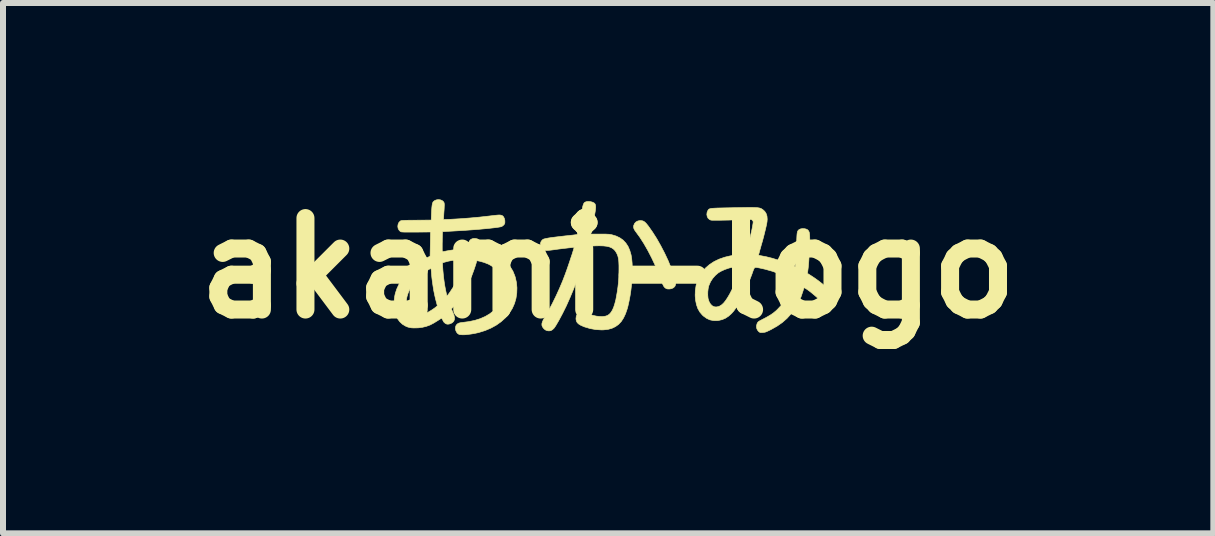
<source format=kicad_pcb>
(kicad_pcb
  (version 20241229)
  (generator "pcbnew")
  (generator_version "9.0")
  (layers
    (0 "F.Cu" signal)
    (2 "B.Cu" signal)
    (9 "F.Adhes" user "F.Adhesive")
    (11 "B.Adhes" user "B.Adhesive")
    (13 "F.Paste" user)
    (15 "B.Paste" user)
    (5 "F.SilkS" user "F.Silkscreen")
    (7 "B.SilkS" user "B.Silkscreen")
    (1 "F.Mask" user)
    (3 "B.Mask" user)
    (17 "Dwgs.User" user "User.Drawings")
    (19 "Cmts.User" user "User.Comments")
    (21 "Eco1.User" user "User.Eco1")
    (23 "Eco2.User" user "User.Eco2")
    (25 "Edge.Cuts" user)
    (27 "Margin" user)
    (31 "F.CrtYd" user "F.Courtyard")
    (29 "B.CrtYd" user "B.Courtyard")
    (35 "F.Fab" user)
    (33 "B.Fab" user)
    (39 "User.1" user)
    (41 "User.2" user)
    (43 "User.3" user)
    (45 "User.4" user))
  (footprint "akami-logo"
    (layer "F.Cu")
    (at 7.083 1.418)
    (property "Reference" "akami-logo" (at 0 0 0) (layer "F.SilkS") (effects (font (size 1.524 1.524) (thickness 0.3))))
    (attr through_hole)
    (fp_poly (pts (xy 0.547 -0.792) (xy 0.571 -0.789) (xy 0.592 -0.781) (xy 0.613 -0.766) (xy 0.635 -0.744) (xy 0.66 -0.713) (xy 0.666 -0.706) (xy 0.737 -0.605) (xy 0.808 -0.494) (xy 0.876 -0.374) (xy 0.941 -0.249) (xy 1.001 -0.121) (xy 1.054 0.009) (xy 1.101 0.136) (xy 1.105 0.149) (xy 1.119 0.2) (xy 1.125 0.241) (xy 1.123 0.275) (xy 1.112 0.302) (xy 1.092 0.323) (xy 1.077 0.332) (xy 1.052 0.342) (xy 1.022 0.347) (xy 0.994 0.347) (xy 0.972 0.342) (xy 0.947 0.327) (xy 0.926 0.302) (xy 0.908 0.266) (xy 0.904 0.255) (xy 0.849 0.108) (xy 0.79 -0.033) (xy 0.727 -0.167) (xy 0.662 -0.293) (xy 0.595 -0.41) (xy 0.527 -0.516) (xy 0.461 -0.606) (xy 0.438 -0.639) (xy 0.426 -0.667) (xy 0.423 -0.694) (xy 0.426 -0.712) (xy 0.441 -0.746) (xy 0.465 -0.771) (xy 0.497 -0.787) (xy 0.534 -0.793) (xy 0.547 -0.792)) (stroke (width 0.01) (type solid)) (fill yes) (layer "F.SilkS"))
    (fp_poly (pts (xy -0.288 -1.107) (xy -0.257 -1.098) (xy -0.233 -1.085) (xy -0.231 -1.084) (xy -0.22 -1.072) (xy -0.213 -1.057) (xy -0.209 -1.038) (xy -0.208 -1.013) (xy -0.211 -0.979) (xy -0.217 -0.936) (xy -0.22 -0.921) (xy -0.229 -0.867) (xy -0.24 -0.808) (xy -0.251 -0.748) (xy -0.263 -0.691) (xy -0.274 -0.64) (xy -0.281 -0.606) (xy -0.29 -0.568) (xy -0.14 -0.568) (xy -0.089 -0.568) (xy -0.048 -0.568) (xy -0.016 -0.566) (xy 0.01 -0.565) (xy 0.032 -0.562) (xy 0.052 -0.558) (xy 0.06 -0.557) (xy 0.133 -0.535) (xy 0.195 -0.505) (xy 0.249 -0.467) (xy 0.294 -0.419) (xy 0.331 -0.363) (xy 0.36 -0.296) (xy 0.382 -0.22) (xy 0.382 -0.22) (xy 0.392 -0.157) (xy 0.399 -0.084) (xy 0.402 -0.002) (xy 0.401 0.085) (xy 0.397 0.177) (xy 0.39 0.271) (xy 0.379 0.366) (xy 0.365 0.46) (xy 0.348 0.55) (xy 0.329 0.635) (xy 0.317 0.679) (xy 0.289 0.76) (xy 0.256 0.83) (xy 0.218 0.889) (xy 0.173 0.937) (xy 0.121 0.974) (xy 0.063 1.002) (xy -0.003 1.02) (xy -0.076 1.028) (xy -0.11 1.029) (xy -0.207 1.023) (xy -0.302 1.006) (xy -0.396 0.978) (xy -0.413 0.971) (xy -0.458 0.951) (xy -0.492 0.93) (xy -0.516 0.907) (xy -0.53 0.88) (xy -0.536 0.849) (xy -0.536 0.838) (xy -0.531 0.8) (xy -0.517 0.77) (xy -0.494 0.748) (xy -0.465 0.734) (xy -0.431 0.73) (xy -0.393 0.737) (xy -0.37 0.746) (xy -0.313 0.769) (xy -0.255 0.786) (xy -0.197 0.799) (xy -0.142 0.805) (xy -0.091 0.806) (xy -0.046 0.8) (xy -0.01 0.788) (xy -0.009 0.787) (xy 0.02 0.767) (xy 0.046 0.738) (xy 0.07 0.7) (xy 0.091 0.653) (xy 0.11 0.594) (xy 0.128 0.525) (xy 0.143 0.443) (xy 0.152 0.391) (xy 0.163 0.312) (xy 0.171 0.24) (xy 0.176 0.171) (xy 0.179 0.098) (xy 0.18 0.019) (xy 0.18 -0.042) (xy 0.178 -0.093) (xy 0.175 -0.136) (xy 0.169 -0.171) (xy 0.161 -0.203) (xy 0.15 -0.231) (xy 0.138 -0.256) (xy 0.117 -0.289) (xy 0.091 -0.316) (xy 0.059 -0.338) (xy 0.021 -0.354) (xy -0.025 -0.365) (xy -0.08 -0.371) (xy -0.146 -0.373) (xy -0.209 -0.372) (xy -0.246 -0.37) (xy -0.279 -0.368) (xy -0.305 -0.366) (xy -0.324 -0.364) (xy -0.33 -0.362) (xy -0.337 -0.353) (xy -0.346 -0.332) (xy -0.356 -0.301) (xy -0.365 -0.272) (xy -0.412 -0.113) (xy -0.464 0.044) (xy -0.518 0.198) (xy -0.576 0.348) (xy -0.636 0.491) (xy -0.697 0.628) (xy -0.76 0.755) (xy -0.823 0.873) (xy -0.874 0.96) (xy -0.901 0.999) (xy -0.928 1.025) (xy -0.956 1.041) (xy -0.986 1.045) (xy -1.013 1.042) (xy -1.039 1.033) (xy -1.061 1.018) (xy -1.078 1.001) (xy -1.095 0.977) (xy -1.104 0.952) (xy -1.104 0.924) (xy -1.095 0.893) (xy -1.078 0.855) (xy -1.058 0.82) (xy -0.995 0.711) (xy -0.932 0.593) (xy -0.871 0.469) (xy -0.813 0.342) (xy -0.759 0.215) (xy -0.718 0.108) (xy -0.706 0.075) (xy -0.691 0.034) (xy -0.675 -0.012) (xy -0.658 -0.062) (xy -0.641 -0.112) (xy -0.625 -0.162) (xy -0.609 -0.208) (xy -0.596 -0.248) (xy -0.586 -0.281) (xy -0.579 -0.303) (xy -0.566 -0.349) (xy -0.589 -0.346) (xy -0.604 -0.344) (xy -0.629 -0.341) (xy -0.66 -0.338) (xy -0.694 -0.334) (xy -0.702 -0.333) (xy -0.74 -0.329) (xy -0.786 -0.323) (xy -0.835 -0.317) (xy -0.883 -0.31) (xy -0.905 -0.307) (xy -0.959 -0.3) (xy -1.002 -0.296) (xy -1.035 -0.294) (xy -1.061 -0.296) (xy -1.08 -0.302) (xy -1.095 -0.311) (xy -1.107 -0.325) (xy -1.117 -0.342) (xy -1.118 -0.346) (xy -1.128 -0.38) (xy -1.128 -0.413) (xy -1.118 -0.444) (xy -1.099 -0.469) (xy -1.081 -0.482) (xy -1.063 -0.488) (xy -1.033 -0.495) (xy -0.991 -0.503) (xy -0.937 -0.511) (xy -0.873 -0.519) (xy -0.797 -0.528) (xy -0.711 -0.538) (xy -0.668 -0.542) (xy -0.626 -0.547) (xy -0.588 -0.551) (xy -0.557 -0.555) (xy -0.533 -0.558) (xy -0.52 -0.56) (xy -0.517 -0.561) (xy -0.514 -0.569) (xy -0.509 -0.588) (xy -0.502 -0.616) (xy -0.494 -0.651) (xy -0.486 -0.692) (xy -0.477 -0.737) (xy -0.467 -0.785) (xy -0.459 -0.833) (xy -0.45 -0.879) (xy -0.445 -0.909) (xy -0.436 -0.961) (xy -0.429 -1.002) (xy -0.422 -1.034) (xy -0.415 -1.057) (xy -0.408 -1.074) (xy -0.401 -1.086) (xy -0.392 -1.095) (xy -0.382 -1.101) (xy -0.38 -1.102) (xy -0.354 -1.11) (xy -0.322 -1.111) (xy -0.288 -1.107)) (stroke (width 0.01) (type solid)) (fill yes) (layer "F.SilkS"))
    (fp_poly (pts (xy 2.407 -1.011) (xy 2.441 -1.01) (xy 2.469 -1.009) (xy 2.492 -1.007) (xy 2.51 -1.004) (xy 2.526 -1.001) (xy 2.538 -0.997) (xy 2.549 -0.993) (xy 2.558 -0.987) (xy 2.568 -0.981) (xy 2.576 -0.976) (xy 2.609 -0.946) (xy 2.632 -0.91) (xy 2.646 -0.867) (xy 2.65 -0.816) (xy 2.647 -0.775) (xy 2.642 -0.743) (xy 2.633 -0.701) (xy 2.621 -0.649) (xy 2.606 -0.588) (xy 2.589 -0.52) (xy 2.569 -0.446) (xy 2.549 -0.378) (xy 2.538 -0.337) (xy 2.527 -0.3) (xy 2.519 -0.268) (xy 2.512 -0.244) (xy 2.508 -0.229) (xy 2.507 -0.226) (xy 2.508 -0.218) (xy 2.514 -0.213) (xy 2.529 -0.21) (xy 2.54 -0.208) (xy 2.634 -0.19) (xy 2.734 -0.165) (xy 2.838 -0.133) (xy 2.944 -0.095) (xy 3.049 -0.051) (xy 3.116 -0.021) (xy 3.12 -0.056) (xy 3.125 -0.109) (xy 3.13 -0.173) (xy 3.134 -0.247) (xy 3.138 -0.33) (xy 3.141 -0.421) (xy 3.141 -0.425) (xy 3.142 -0.48) (xy 3.144 -0.523) (xy 3.146 -0.557) (xy 3.149 -0.583) (xy 3.153 -0.602) (xy 3.158 -0.617) (xy 3.165 -0.627) (xy 3.173 -0.636) (xy 3.183 -0.644) (xy 3.206 -0.654) (xy 3.236 -0.659) (xy 3.268 -0.658) (xy 3.297 -0.652) (xy 3.299 -0.651) (xy 3.322 -0.64) (xy 3.338 -0.623) (xy 3.349 -0.601) (xy 3.355 -0.569) (xy 3.358 -0.533) (xy 3.359 -0.492) (xy 3.358 -0.442) (xy 3.357 -0.384) (xy 3.354 -0.32) (xy 3.351 -0.254) (xy 3.347 -0.187) (xy 3.343 -0.121) (xy 3.338 -0.06) (xy 3.333 -0.006) (xy 3.327 0.04) (xy 3.324 0.064) (xy 3.32 0.087) (xy 3.377 0.123) (xy 3.436 0.162) (xy 3.499 0.207) (xy 3.562 0.256) (xy 3.62 0.305) (xy 3.638 0.32) (xy 3.672 0.352) (xy 3.697 0.379) (xy 3.714 0.404) (xy 3.724 0.427) (xy 3.729 0.452) (xy 3.729 0.466) (xy 3.725 0.501) (xy 3.711 0.531) (xy 3.69 0.555) (xy 3.675 0.567) (xy 3.659 0.573) (xy 3.635 0.576) (xy 3.633 0.577) (xy 3.611 0.577) (xy 3.593 0.574) (xy 3.575 0.567) (xy 3.555 0.554) (xy 3.531 0.535) (xy 3.501 0.507) (xy 3.468 0.477) (xy 3.434 0.448) (xy 3.399 0.419) (xy 3.366 0.392) (xy 3.335 0.369) (xy 3.308 0.35) (xy 3.286 0.336) (xy 3.271 0.328) (xy 3.264 0.328) (xy 3.26 0.336) (xy 3.254 0.354) (xy 3.248 0.375) (xy 3.213 0.478) (xy 3.167 0.579) (xy 3.112 0.674) (xy 3.108 0.679) (xy 3.047 0.762) (xy 2.979 0.837) (xy 2.903 0.904) (xy 2.817 0.964) (xy 2.72 1.019) (xy 2.699 1.03) (xy 2.665 1.046) (xy 2.64 1.058) (xy 2.62 1.065) (xy 2.603 1.069) (xy 2.584 1.071) (xy 2.575 1.072) (xy 2.55 1.073) (xy 2.535 1.072) (xy 2.523 1.067) (xy 2.511 1.059) (xy 2.509 1.057) (xy 2.486 1.029) (xy 2.473 0.997) (xy 2.471 0.962) (xy 2.48 0.927) (xy 2.482 0.922) (xy 2.488 0.91) (xy 2.494 0.901) (xy 2.502 0.893) (xy 2.513 0.885) (xy 2.529 0.875) (xy 2.553 0.863) (xy 2.585 0.846) (xy 2.598 0.84) (xy 2.655 0.809) (xy 2.704 0.78) (xy 2.747 0.751) (xy 2.787 0.718) (xy 2.818 0.69) (xy 2.881 0.622) (xy 2.936 0.546) (xy 2.985 0.459) (xy 2.988 0.454) (xy 3.003 0.421) (xy 3.018 0.384) (xy 3.033 0.345) (xy 3.047 0.307) (xy 3.059 0.271) (xy 3.068 0.24) (xy 3.073 0.218) (xy 3.073 0.21) (xy 3.07 0.203) (xy 3.059 0.194) (xy 3.04 0.183) (xy 3.01 0.167) (xy 2.989 0.157) (xy 2.863 0.099) (xy 2.74 0.053) (xy 2.616 0.018) (xy 2.55 0.003) (xy 2.512 -0.005) (xy 2.483 -0.01) (xy 2.462 -0.013) (xy 2.447 -0.01) (xy 2.436 -0.002) (xy 2.427 0.014) (xy 2.417 0.038) (xy 2.405 0.071) (xy 2.397 0.095) (xy 2.351 0.215) (xy 2.305 0.326) (xy 2.26 0.426) (xy 2.216 0.516) (xy 2.173 0.595) (xy 2.13 0.662) (xy 2.089 0.718) (xy 2.056 0.755) (xy 2.006 0.8) (xy 1.954 0.834) (xy 1.9 0.857) (xy 1.84 0.871) (xy 1.815 0.874) (xy 1.753 0.873) (xy 1.694 0.861) (xy 1.64 0.836) (xy 1.589 0.799) (xy 1.569 0.781) (xy 1.527 0.731) (xy 1.494 0.673) (xy 1.471 0.607) (xy 1.456 0.533) (xy 1.45 0.467) (xy 1.45 0.445) (xy 1.659 0.445) (xy 1.663 0.492) (xy 1.666 0.511) (xy 1.682 0.559) (xy 1.704 0.597) (xy 1.731 0.625) (xy 1.762 0.642) (xy 1.797 0.647) (xy 1.835 0.641) (xy 1.859 0.631) (xy 1.89 0.612) (xy 1.922 0.583) (xy 1.954 0.544) (xy 1.987 0.495) (xy 2.022 0.436) (xy 2.059 0.365) (xy 2.098 0.282) (xy 2.106 0.265) (xy 2.134 0.2) (xy 2.159 0.139) (xy 2.183 0.076) (xy 2.198 0.036) (xy 2.223 -0.033) (xy 2.165 -0.029) (xy 2.089 -0.019) (xy 2.014 -0.002) (xy 1.944 0.022) (xy 1.881 0.051) (xy 1.838 0.076) (xy 1.787 0.119) (xy 1.742 0.17) (xy 1.705 0.227) (xy 1.679 0.288) (xy 1.676 0.295) (xy 1.666 0.341) (xy 1.66 0.393) (xy 1.659 0.445) (xy 1.45 0.445) (xy 1.452 0.374) (xy 1.465 0.287) (xy 1.489 0.204) (xy 1.524 0.128) (xy 1.569 0.058) (xy 1.625 -0.005) (xy 1.69 -0.061) (xy 1.765 -0.11) (xy 1.848 -0.15) (xy 1.94 -0.182) (xy 2.022 -0.202) (xy 2.076 -0.212) (xy 2.131 -0.22) (xy 2.185 -0.225) (xy 2.232 -0.228) (xy 2.249 -0.229) (xy 2.29 -0.229) (xy 2.301 -0.268) (xy 2.321 -0.344) (xy 2.341 -0.417) (xy 2.358 -0.486) (xy 2.374 -0.551) (xy 2.388 -0.61) (xy 2.399 -0.662) (xy 2.407 -0.706) (xy 2.413 -0.741) (xy 2.416 -0.765) (xy 2.415 -0.779) (xy 2.407 -0.794) (xy 2.396 -0.804) (xy 2.391 -0.807) (xy 2.383 -0.809) (xy 2.372 -0.811) (xy 2.357 -0.811) (xy 2.334 -0.812) (xy 2.304 -0.811) (xy 2.265 -0.81) (xy 2.216 -0.808) (xy 2.183 -0.807) (xy 2.125 -0.805) (xy 2.064 -0.803) (xy 2.002 -0.801) (xy 1.943 -0.8) (xy 1.89 -0.799) (xy 1.848 -0.798) (xy 1.803 -0.798) (xy 1.769 -0.798) (xy 1.743 -0.798) (xy 1.725 -0.799) (xy 1.712 -0.801) (xy 1.702 -0.804) (xy 1.694 -0.808) (xy 1.687 -0.812) (xy 1.664 -0.833) (xy 1.65 -0.862) (xy 1.644 -0.894) (xy 1.648 -0.929) (xy 1.657 -0.953) (xy 1.664 -0.964) (xy 1.67 -0.974) (xy 1.678 -0.982) (xy 1.689 -0.988) (xy 1.704 -0.992) (xy 1.724 -0.996) (xy 1.751 -0.998) (xy 1.786 -1) (xy 1.83 -1.002) (xy 1.884 -1.003) (xy 1.93 -1.004) (xy 2.03 -1.006) (xy 2.117 -1.008) (xy 2.194 -1.009) (xy 2.26 -1.01) (xy 2.318 -1.011) (xy 2.366 -1.011) (xy 2.407 -1.011)) (stroke (width 0.01) (type solid)) (fill yes) (layer "F.SilkS"))
    (fp_poly (pts (xy -2.799 -1.139) (xy -2.769 -1.128) (xy -2.751 -1.114) (xy -2.74 -1.102) (xy -2.734 -1.09) (xy -2.731 -1.074) (xy -2.73 -1.053) (xy -2.731 -1.032) (xy -2.732 -1.002) (xy -2.734 -0.966) (xy -2.737 -0.928) (xy -2.738 -0.913) (xy -2.74 -0.879) (xy -2.742 -0.849) (xy -2.743 -0.827) (xy -2.743 -0.814) (xy -2.743 -0.811) (xy -2.736 -0.81) (xy -2.718 -0.811) (xy -2.693 -0.811) (xy -2.662 -0.813) (xy -2.645 -0.813) (xy -2.47 -0.823) (xy -2.3 -0.836) (xy -2.138 -0.851) (xy -1.987 -0.868) (xy -1.937 -0.874) (xy -1.886 -0.88) (xy -1.846 -0.884) (xy -1.816 -0.886) (xy -1.793 -0.884) (xy -1.775 -0.88) (xy -1.761 -0.873) (xy -1.75 -0.863) (xy -1.742 -0.853) (xy -1.73 -0.829) (xy -1.722 -0.798) (xy -1.721 -0.766) (xy -1.723 -0.747) (xy -1.734 -0.726) (xy -1.754 -0.707) (xy -1.772 -0.695) (xy -1.787 -0.69) (xy -1.813 -0.685) (xy -1.85 -0.679) (xy -1.897 -0.673) (xy -1.952 -0.667) (xy -2.014 -0.66) (xy -2.083 -0.654) (xy -2.157 -0.647) (xy -2.236 -0.641) (xy -2.318 -0.635) (xy -2.402 -0.629) (xy -2.487 -0.624) (xy -2.572 -0.619) (xy -2.625 -0.616) (xy -2.665 -0.614) (xy -2.7 -0.612) (xy -2.728 -0.61) (xy -2.749 -0.609) (xy -2.759 -0.608) (xy -2.759 -0.608) (xy -2.76 -0.601) (xy -2.761 -0.583) (xy -2.762 -0.557) (xy -2.763 -0.524) (xy -2.764 -0.487) (xy -2.764 -0.448) (xy -2.765 -0.408) (xy -2.765 -0.37) (xy -2.765 -0.335) (xy -2.765 -0.307) (xy -2.764 -0.286) (xy -2.763 -0.274) (xy -2.763 -0.273) (xy -2.755 -0.274) (xy -2.737 -0.278) (xy -2.713 -0.282) (xy -2.695 -0.286) (xy -2.639 -0.296) (xy -2.578 -0.305) (xy -2.516 -0.312) (xy -2.459 -0.316) (xy -2.412 -0.318) (xy -2.378 -0.318) (xy -2.355 -0.321) (xy -2.345 -0.325) (xy -2.345 -0.325) (xy -2.34 -0.335) (xy -2.335 -0.354) (xy -2.329 -0.378) (xy -2.327 -0.387) (xy -2.321 -0.414) (xy -2.314 -0.439) (xy -2.309 -0.456) (xy -2.307 -0.459) (xy -2.291 -0.477) (xy -2.267 -0.489) (xy -2.238 -0.495) (xy -2.208 -0.494) (xy -2.178 -0.487) (xy -2.153 -0.473) (xy -2.148 -0.469) (xy -2.133 -0.447) (xy -2.125 -0.42) (xy -2.126 -0.385) (xy -2.13 -0.358) (xy -2.136 -0.33) (xy -2.139 -0.313) (xy -2.139 -0.303) (xy -2.135 -0.299) (xy -2.129 -0.298) (xy -2.125 -0.298) (xy -2.107 -0.296) (xy -2.08 -0.291) (xy -2.047 -0.282) (xy -2.011 -0.272) (xy -1.974 -0.261) (xy -1.939 -0.249) (xy -1.91 -0.238) (xy -1.906 -0.236) (xy -1.822 -0.194) (xy -1.748 -0.144) (xy -1.685 -0.087) (xy -1.631 -0.022) (xy -1.587 0.05) (xy -1.555 0.129) (xy -1.547 0.154) (xy -1.528 0.24) (xy -1.52 0.328) (xy -1.523 0.416) (xy -1.536 0.503) (xy -1.56 0.587) (xy -1.594 0.664) (xy -1.602 0.679) (xy -1.652 0.757) (xy -1.713 0.828) (xy -1.784 0.892) (xy -1.864 0.949) (xy -1.953 0.998) (xy -2.049 1.039) (xy -2.152 1.071) (xy -2.172 1.076) (xy -2.227 1.088) (xy -2.281 1.097) (xy -2.334 1.104) (xy -2.382 1.109) (xy -2.424 1.11) (xy -2.459 1.108) (xy -2.483 1.104) (xy -2.487 1.102) (xy -2.512 1.085) (xy -2.53 1.059) (xy -2.542 1.029) (xy -2.545 0.996) (xy -2.539 0.965) (xy -2.53 0.948) (xy -2.512 0.929) (xy -2.486 0.915) (xy -2.451 0.907) (xy -2.433 0.905) (xy -2.323 0.891) (xy -2.222 0.87) (xy -2.13 0.841) (xy -2.046 0.804) (xy -1.972 0.76) (xy -1.907 0.708) (xy -1.852 0.65) (xy -1.808 0.585) (xy -1.796 0.562) (xy -1.768 0.493) (xy -1.751 0.421) (xy -1.744 0.347) (xy -1.749 0.273) (xy -1.764 0.201) (xy -1.789 0.133) (xy -1.808 0.098) (xy -1.823 0.077) (xy -1.844 0.051) (xy -1.868 0.025) (xy -1.877 0.015) (xy -1.931 -0.03) (xy -1.995 -0.067) (xy -2.069 -0.096) (xy -2.15 -0.118) (xy -2.162 -0.12) (xy -2.181 -0.123) (xy -2.189 -0.121) (xy -2.191 -0.117) (xy -2.193 -0.107) (xy -2.199 -0.086) (xy -2.207 -0.059) (xy -2.218 -0.026) (xy -2.23 0.01) (xy -2.243 0.047) (xy -2.256 0.082) (xy -2.268 0.114) (xy -2.278 0.14) (xy -2.28 0.145) (xy -2.329 0.251) (xy -2.382 0.354) (xy -2.44 0.451) (xy -2.499 0.541) (xy -2.56 0.62) (xy -2.577 0.64) (xy -2.612 0.68) (xy -2.585 0.741) (xy -2.568 0.787) (xy -2.56 0.826) (xy -2.562 0.859) (xy -2.574 0.885) (xy -2.595 0.907) (xy -2.616 0.919) (xy -2.652 0.932) (xy -2.685 0.933) (xy -2.713 0.921) (xy -2.738 0.898) (xy -2.753 0.872) (xy -2.762 0.853) (xy -2.769 0.839) (xy -2.772 0.833) (xy -2.778 0.835) (xy -2.792 0.843) (xy -2.812 0.856) (xy -2.837 0.872) (xy -2.837 0.872) (xy -2.905 0.914) (xy -2.968 0.947) (xy -3.031 0.97) (xy -3.094 0.985) (xy -3.16 0.994) (xy -3.188 0.995) (xy -3.238 0.996) (xy -3.278 0.994) (xy -3.313 0.988) (xy -3.345 0.979) (xy -3.377 0.965) (xy -3.428 0.934) (xy -3.472 0.893) (xy -3.509 0.843) (xy -3.538 0.785) (xy -3.559 0.719) (xy -3.563 0.7) (xy -3.567 0.663) (xy -3.569 0.617) (xy -3.567 0.572) (xy -3.365 0.572) (xy -3.363 0.619) (xy -3.358 0.66) (xy -3.348 0.692) (xy -3.348 0.692) (xy -3.325 0.732) (xy -3.294 0.761) (xy -3.256 0.78) (xy -3.21 0.789) (xy -3.158 0.787) (xy -3.099 0.775) (xy -3.096 0.774) (xy -3.05 0.757) (xy -2.999 0.733) (xy -2.948 0.703) (xy -2.899 0.67) (xy -2.899 0.67) (xy -2.878 0.654) (xy -2.861 0.64) (xy -2.85 0.631) (xy -2.848 0.629) (xy -2.848 0.621) (xy -2.852 0.604) (xy -2.858 0.581) (xy -2.861 0.571) (xy -2.876 0.514) (xy -2.891 0.448) (xy -2.906 0.375) (xy -2.918 0.3) (xy -2.929 0.225) (xy -2.938 0.153) (xy -2.944 0.088) (xy -2.944 0.086) (xy -2.946 0.057) (xy -2.948 0.032) (xy -2.951 0.014) (xy -2.952 0.008) (xy -2.959 0.007) (xy -2.974 0.014) (xy -2.995 0.026) (xy -3.021 0.043) (xy -3.05 0.063) (xy -3.08 0.085) (xy -3.109 0.109) (xy -3.137 0.132) (xy -3.145 0.14) (xy -3.206 0.204) (xy -3.259 0.273) (xy -3.303 0.346) (xy -3.335 0.42) (xy -3.353 0.479) (xy -3.361 0.525) (xy -3.365 0.572) (xy -3.567 0.572) (xy -3.567 0.566) (xy -3.563 0.515) (xy -3.556 0.465) (xy -3.547 0.423) (xy -3.547 0.422) (xy -3.523 0.349) (xy -3.488 0.273) (xy -3.445 0.198) (xy -3.394 0.125) (xy -3.352 0.074) (xy -3.307 0.028) (xy -3.253 -0.019) (xy -3.192 -0.066) (xy -3.16 -0.088) (xy -2.761 -0.088) (xy -2.758 -0.03) (xy -2.754 0.03) (xy -2.748 0.095) (xy -2.741 0.162) (xy -2.732 0.229) (xy -2.722 0.294) (xy -2.711 0.353) (xy -2.7 0.405) (xy -2.69 0.448) (xy -2.689 0.452) (xy -2.686 0.457) (xy -2.681 0.456) (xy -2.673 0.449) (xy -2.661 0.434) (xy -2.644 0.411) (xy -2.628 0.387) (xy -2.582 0.317) (xy -2.537 0.237) (xy -2.493 0.152) (xy -2.454 0.066) (xy -2.421 -0.018) (xy -2.401 -0.079) (xy -2.394 -0.103) (xy -2.388 -0.123) (xy -2.384 -0.135) (xy -2.384 -0.135) (xy -2.383 -0.141) (xy -2.388 -0.144) (xy -2.4 -0.145) (xy -2.421 -0.146) (xy -2.43 -0.146) (xy -2.483 -0.144) (xy -2.542 -0.137) (xy -2.604 -0.128) (xy -2.664 -0.116) (xy -2.717 -0.102) (xy -2.732 -0.098) (xy -2.761 -0.088) (xy -3.16 -0.088) (xy -3.127 -0.111) (xy -3.06 -0.151) (xy -3.028 -0.168) (xy -2.967 -0.2) (xy -2.963 -0.401) (xy -2.96 -0.603) (xy -3.203 -0.601) (xy -3.265 -0.601) (xy -3.316 -0.601) (xy -3.357 -0.601) (xy -3.388 -0.601) (xy -3.412 -0.602) (xy -3.43 -0.603) (xy -3.443 -0.604) (xy -3.451 -0.606) (xy -3.458 -0.609) (xy -3.463 -0.612) (xy -3.465 -0.613) (xy -3.487 -0.637) (xy -3.501 -0.666) (xy -3.505 -0.699) (xy -3.5 -0.731) (xy -3.487 -0.761) (xy -3.465 -0.784) (xy -3.46 -0.787) (xy -3.454 -0.79) (xy -3.446 -0.792) (xy -3.435 -0.794) (xy -3.42 -0.795) (xy -3.398 -0.796) (xy -3.369 -0.797) (xy -3.332 -0.798) (xy -3.285 -0.798) (xy -3.228 -0.799) (xy -3.198 -0.799) (xy -2.948 -0.801) (xy -2.944 -0.904) (xy -2.941 -0.962) (xy -2.938 -1.008) (xy -2.934 -1.044) (xy -2.929 -1.072) (xy -2.923 -1.091) (xy -2.916 -1.105) (xy -2.894 -1.124) (xy -2.865 -1.137) (xy -2.832 -1.142) (xy -2.799 -1.139)) (stroke (width 0.01) (type solid)) (fill yes) (layer "F.SilkS")))
  (gr_rect
    (start -3 -3)
    (end 17.166 5.836)
    (stroke (width 0.1) (type default))
    (fill no)
    (layer "Edge.Cuts")))
</source>
